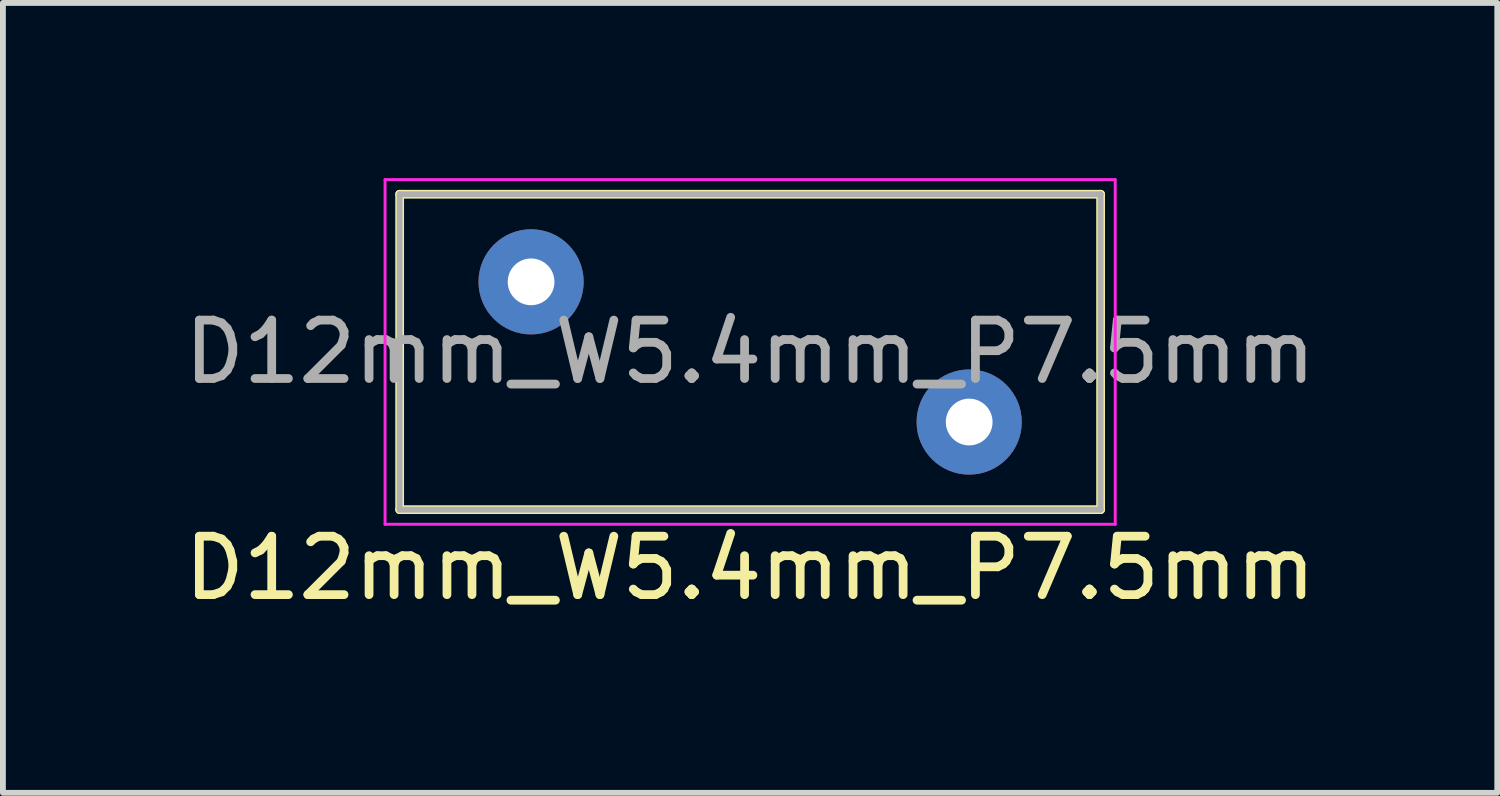
<source format=kicad_pcb>
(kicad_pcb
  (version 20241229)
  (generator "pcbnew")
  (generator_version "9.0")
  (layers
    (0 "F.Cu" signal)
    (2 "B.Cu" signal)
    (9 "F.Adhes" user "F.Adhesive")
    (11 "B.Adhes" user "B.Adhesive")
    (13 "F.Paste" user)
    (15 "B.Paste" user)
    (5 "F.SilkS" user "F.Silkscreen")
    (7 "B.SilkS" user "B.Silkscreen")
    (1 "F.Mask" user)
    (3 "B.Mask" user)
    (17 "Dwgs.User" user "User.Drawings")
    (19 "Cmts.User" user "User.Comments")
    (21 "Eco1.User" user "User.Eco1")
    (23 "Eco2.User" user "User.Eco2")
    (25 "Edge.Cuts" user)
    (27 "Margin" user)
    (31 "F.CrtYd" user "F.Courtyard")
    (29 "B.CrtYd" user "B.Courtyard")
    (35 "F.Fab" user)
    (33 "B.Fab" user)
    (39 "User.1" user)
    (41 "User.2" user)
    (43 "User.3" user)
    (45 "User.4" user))
  (footprint "D12mm_W5.4mm_P7.5mm"
    (layer "F.Cu")
    (at 6.042 1.775)
    (property "Reference" "D12mm_W5.4mm_P7.5mm" (at 3.75 4.9 0) (layer "F.SilkS") (effects (font (size 1 1) (thickness 0.15))))
    (attr through_hole)
    (fp_line (start -2.25 -1.5) (end -2.25 3.9) (stroke (width 0.15) (type solid)) (layer "F.SilkS"))
    (fp_line (start -2.25 -1.5) (end 9.75 -1.5) (stroke (width 0.15) (type solid)) (layer "F.SilkS"))
    (fp_line (start -2.25 3.9) (end 9.75 3.9) (stroke (width 0.15) (type solid)) (layer "F.SilkS"))
    (fp_line (start 9.75 -1.5) (end 9.75 3.9) (stroke (width 0.15) (type solid)) (layer "F.SilkS"))
    (fp_line (start -2.5 -1.75) (end -2.5 4.15) (stroke (width 0.05) (type solid)) (layer "F.CrtYd"))
    (fp_line (start -2.5 -1.75) (end 10 -1.75) (stroke (width 0.05) (type solid)) (layer "F.CrtYd"))
    (fp_line (start -2.5 4.15) (end 10 4.15) (stroke (width 0.05) (type solid)) (layer "F.CrtYd"))
    (fp_line (start 10 -1.75) (end 10 4.15) (stroke (width 0.05) (type solid)) (layer "F.CrtYd"))
    (fp_line (start -2.25 -1.5) (end -2.25 3.9) (stroke (width 0.1) (type solid)) (layer "F.Fab"))
    (fp_line (start -2.25 -1.5) (end 9.75 -1.5) (stroke (width 0.1) (type solid)) (layer "F.Fab"))
    (fp_line (start -2.25 3.9) (end 9.75 3.9) (stroke (width 0.1) (type solid)) (layer "F.Fab"))
    (fp_line (start 9.75 -1.5) (end 9.75 3.9) (stroke (width 0.1) (type solid)) (layer "F.Fab"))
    (fp_text user "${REFERENCE}" (at 3.75 1.2 0) (layer "F.Fab") (effects (font (size 1 1) (thickness 0.15))))
    (pad "1" thru_hole circle (at 0 0) (size 1.8 1.8) (drill 0.8) (layers "*.Cu" "*.Mask"))
    (pad "2" thru_hole circle (at 7.5 2.4) (size 1.8 1.8) (drill 0.8) (layers "*.Cu" "*.Mask")))
  (gr_rect
    (start -3 -3)
    (end 22.583 10.523)
    (stroke (width 0.1) (type default))
    (fill no)
    (layer "Edge.Cuts")))
</source>
